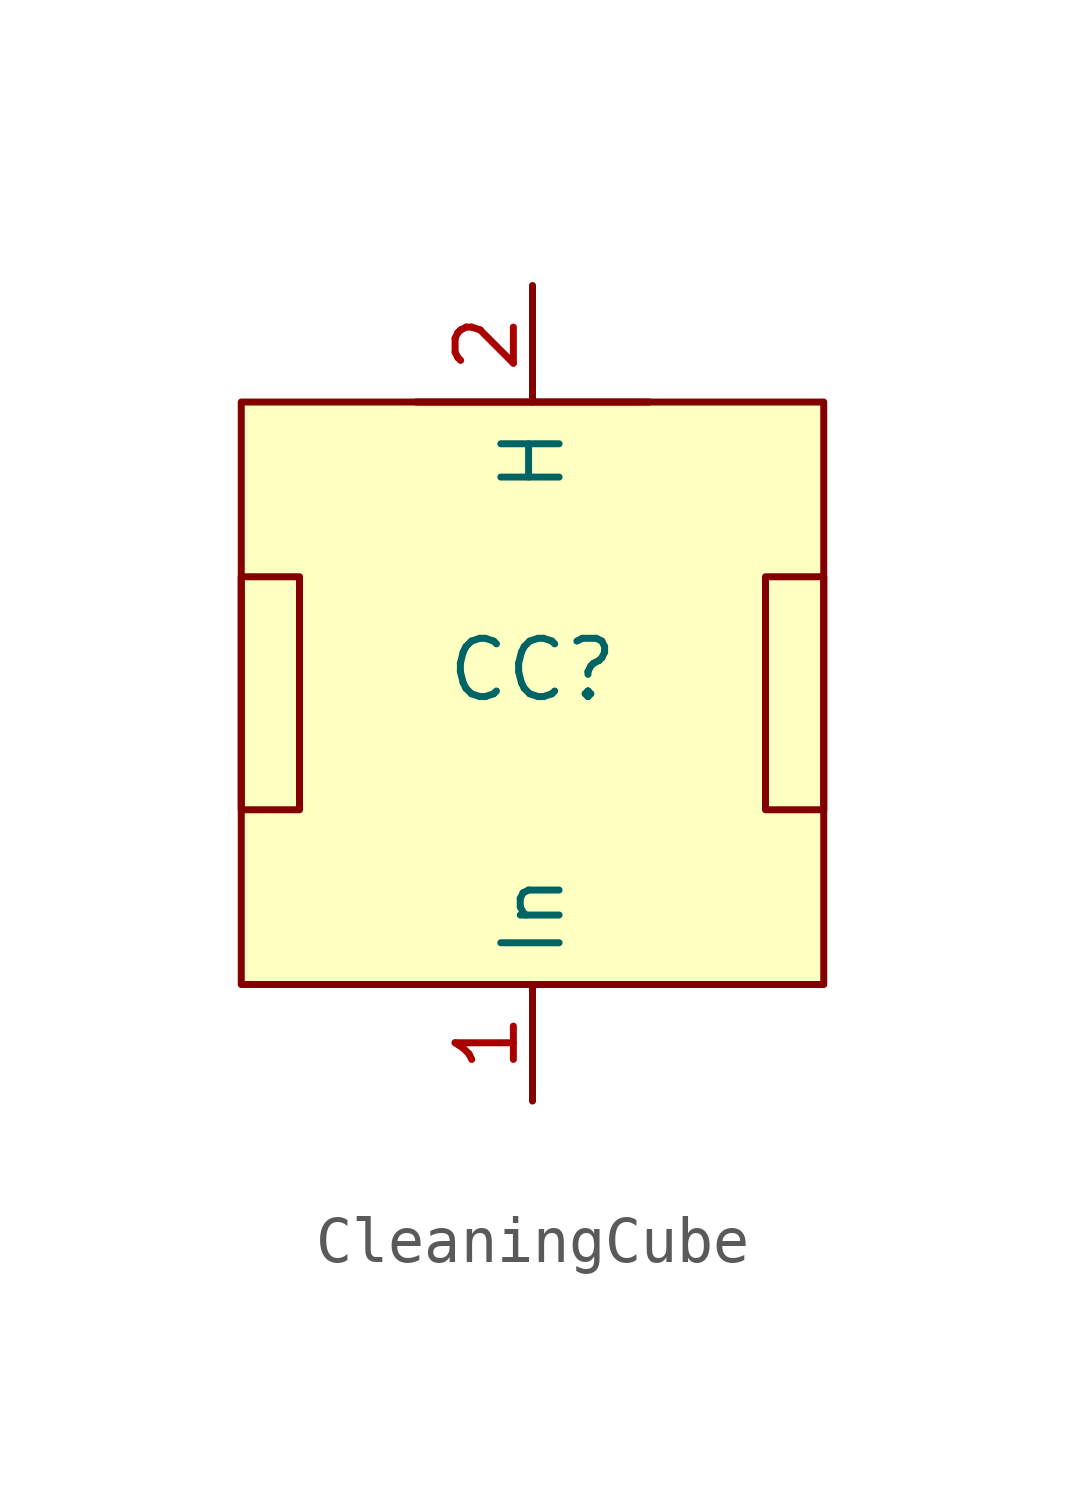
<source format=kicad_sym>
(kicad_symbol_lib
  (version 20241209)
  (generator "kicad_symbol_editor")
  (generator_version "9.0")
  (symbol "CleaningCube"
    (property "Reference" "CC"
      (at 0 0.508 0)
      (effects (font (size 1.27 1.27))))
    (property "Value" ""
      (at 0 0 0)
      (effects (font (size 1.27 1.27))))
    (symbol "CleaningCube_0_1"
      (rectangle (start -5.08 2.54) (end -6.35 -2.54) (stroke (width 0) (type default)) (fill (type none)))
      (rectangle (start -2.54 6.35) (end 2.54 6.35) (stroke (width 0) (type default)) (fill (type none)))
      (rectangle (start 6.35 2.54) (end 5.08 -2.54) (stroke (width 0) (type default)) (fill (type none))))
    (symbol "CleaningCube_1_0"
      (pin passive line (at 0 8.89 270) (length 2.54) (name "H" (effects (font (size 1.27 1.27)))) (number "2" (effects (font (size 1.27 1.27))))))
    (symbol "CleaningCube_1_1"
      (rectangle (start -6.35 6.35) (end 6.35 -6.35) (stroke (width 0) (type default)) (fill (type background)))
      (pin passive line (at 0 -8.89 90) (length 2.54) (name "In" (effects (font (size 1.27 1.27)))) (number "1" (effects (font (size 1.27 1.27))))))))
</source>
